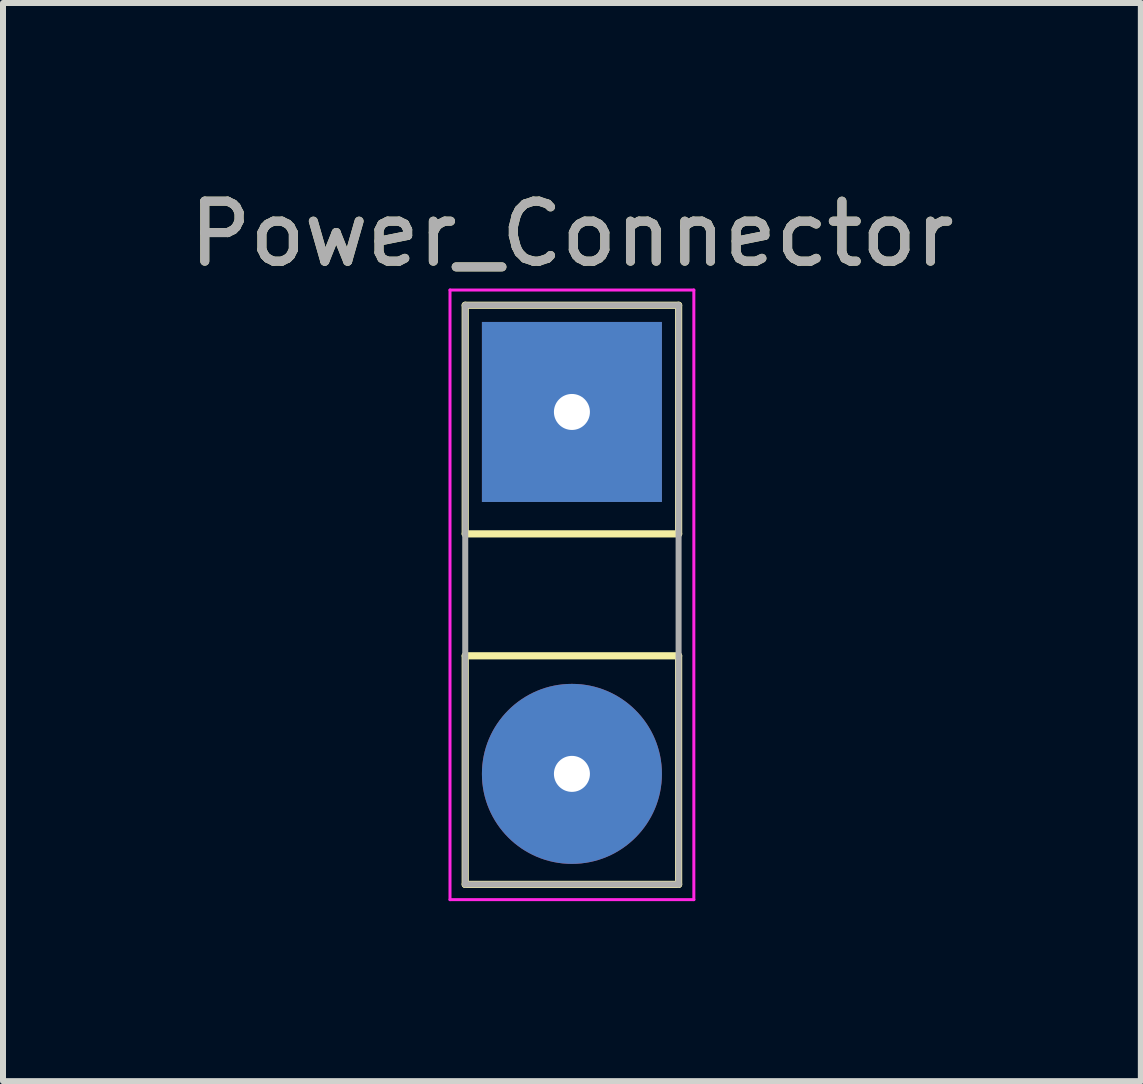
<source format=kicad_pcb>
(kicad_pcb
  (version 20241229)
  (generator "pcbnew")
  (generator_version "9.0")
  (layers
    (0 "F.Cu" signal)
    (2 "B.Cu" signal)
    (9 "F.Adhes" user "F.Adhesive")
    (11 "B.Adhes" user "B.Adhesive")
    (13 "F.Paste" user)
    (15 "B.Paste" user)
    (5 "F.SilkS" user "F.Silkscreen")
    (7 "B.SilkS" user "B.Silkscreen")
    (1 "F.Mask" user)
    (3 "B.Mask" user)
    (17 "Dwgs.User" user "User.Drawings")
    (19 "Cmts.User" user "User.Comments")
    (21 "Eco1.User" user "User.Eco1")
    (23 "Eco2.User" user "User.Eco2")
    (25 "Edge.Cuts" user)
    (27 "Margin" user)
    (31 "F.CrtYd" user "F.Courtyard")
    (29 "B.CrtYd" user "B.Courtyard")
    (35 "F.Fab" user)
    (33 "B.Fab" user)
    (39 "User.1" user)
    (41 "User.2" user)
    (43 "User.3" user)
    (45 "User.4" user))
  (footprint "Power_Connector"
    (layer "F.Cu")
    (at 6.482 5.848)
    (property "Reference" "Power_Connector" (at 0 -5 0) (layer "F.SilkS") (effects (font (size 1 1) (thickness 0.15))))
    (attr through_hole)
    (fp_line (start -1.778 -3.81) (end 1.778 -3.81) (stroke (width 0.12) (type solid)) (layer "F.SilkS"))
    (fp_line (start -1.778 0) (end -1.778 -3.81) (stroke (width 0.12) (type solid)) (layer "F.SilkS"))
    (fp_line (start -1.778 0) (end 1.778 0) (stroke (width 0.12) (type solid)) (layer "F.SilkS"))
    (fp_line (start -1.778 2.032) (end -1.778 5.842) (stroke (width 0.12) (type solid)) (layer "F.SilkS"))
    (fp_line (start -1.778 5.842) (end 1.778 5.842) (stroke (width 0.12) (type solid)) (layer "F.SilkS"))
    (fp_line (start 1.778 0) (end 1.778 -3.81) (stroke (width 0.12) (type solid)) (layer "F.SilkS"))
    (fp_line (start 1.778 2.032) (end -1.778 2.032) (stroke (width 0.12) (type solid)) (layer "F.SilkS"))
    (fp_line (start 1.778 5.842) (end 1.778 2.032) (stroke (width 0.12) (type solid)) (layer "F.SilkS"))
    (fp_line (start -2.032 -4.064) (end -2.032 6.096) (stroke (width 0.05) (type solid)) (layer "F.CrtYd"))
    (fp_line (start -2.032 6.096) (end 2.032 6.096) (stroke (width 0.05) (type solid)) (layer "F.CrtYd"))
    (fp_line (start 2.032 -4.064) (end -2.032 -4.064) (stroke (width 0.05) (type solid)) (layer "F.CrtYd"))
    (fp_line (start 2.032 6.096) (end 2.032 -4.064) (stroke (width 0.05) (type solid)) (layer "F.CrtYd"))
    (fp_line (start -1.778 -3.81) (end -1.778 5.842) (stroke (width 0.1) (type solid)) (layer "F.Fab"))
    (fp_line (start -1.778 5.842) (end 1.778 5.842) (stroke (width 0.1) (type solid)) (layer "F.Fab"))
    (fp_line (start 1.778 -3.81) (end -1.778 -3.81) (stroke (width 0.1) (type solid)) (layer "F.Fab"))
    (fp_line (start 1.778 5.842) (end 1.778 -3.81) (stroke (width 0.1) (type solid)) (layer "F.Fab"))
    (fp_text user "${REFERENCE}" (at 0 -5 0) (layer "F.Fab") (effects (font (size 1 1) (thickness 0.15))))
    (pad "1" thru_hole rect (at 0 -2.032) (size 3 3) (drill 0.6) (layers "*.Cu" "*.Mask"))
    (pad "2" thru_hole oval (at 0 4) (size 3 3) (drill 0.6) (layers "*.Cu" "*.Mask")))
  (gr_rect
    (start -3 -3)
    (end 15.964 14.969)
    (stroke (width 0.1) (type default))
    (fill no)
    (layer "Edge.Cuts")))
</source>
